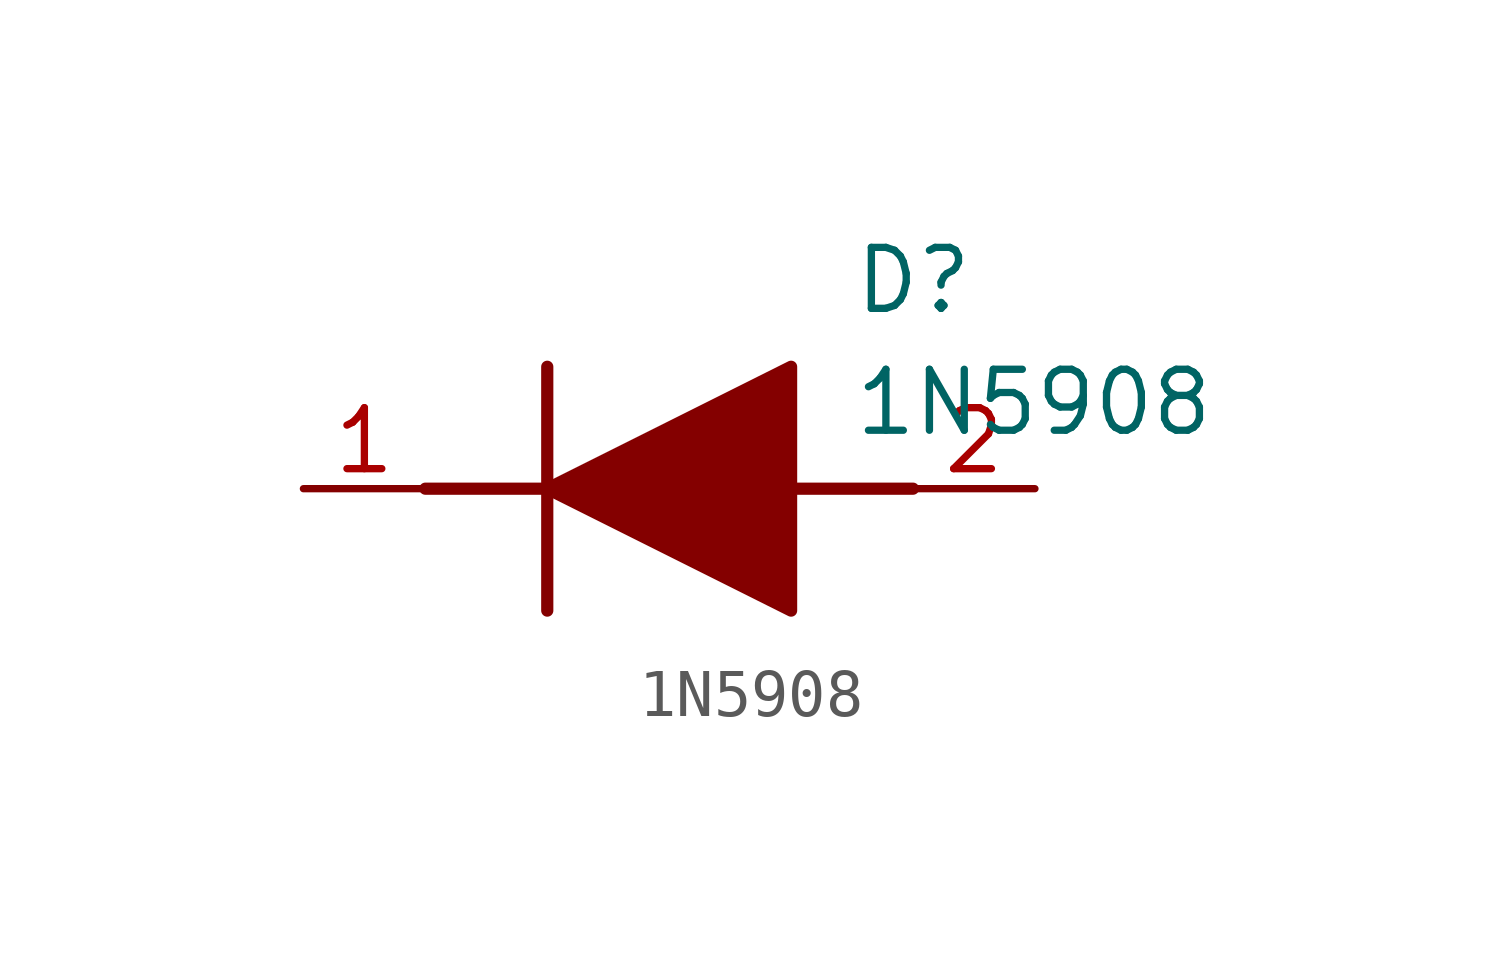
<source format=kicad_sym>
(kicad_symbol_lib
  (version 20211014)
  (generator SamacSys_ECAD_Model)
  (symbol "1N5908"
    (pin_names hide)
    (property "Reference" "D"
      (at 11.43 5.08 0)
      (effects (font (size 1.27 1.27)) (justify left top)))
    (property "Value" "1N5908"
      (at 11.43 2.54 0)
      (effects (font (size 1.27 1.27)) (justify left top)))
    (polyline
      (pts (xy 5.08 2.54) (xy 5.08 -2.54))
      (stroke (width 0.254) (type default))
      (fill (type none)))
    (polyline
      (pts (xy 2.54 0) (xy 5.08 0))
      (stroke (width 0.254) (type default))
      (fill (type none)))
    (polyline
      (pts (xy 10.16 0) (xy 12.7 0))
      (stroke (width 0.254) (type default))
      (fill (type none)))
    (polyline
      (pts (xy 5.08 0) (xy 10.16 2.54) (xy 10.16 -2.54) (xy 5.08 0))
      (stroke (width 0.254) (type default))
      (fill (type outline)))
    (pin passive line
      (at 0 0 0)
      (length 2.54)
      (name "K" (effects (font (size 1.27 1.27))))
      (number "1" (effects (font (size 1.27 1.27)))))
    (pin passive line
      (at 15.24 0 180)
      (length 2.54)
      (name "A" (effects (font (size 1.27 1.27))))
      (number "2" (effects (font (size 1.27 1.27)))))))
</source>
